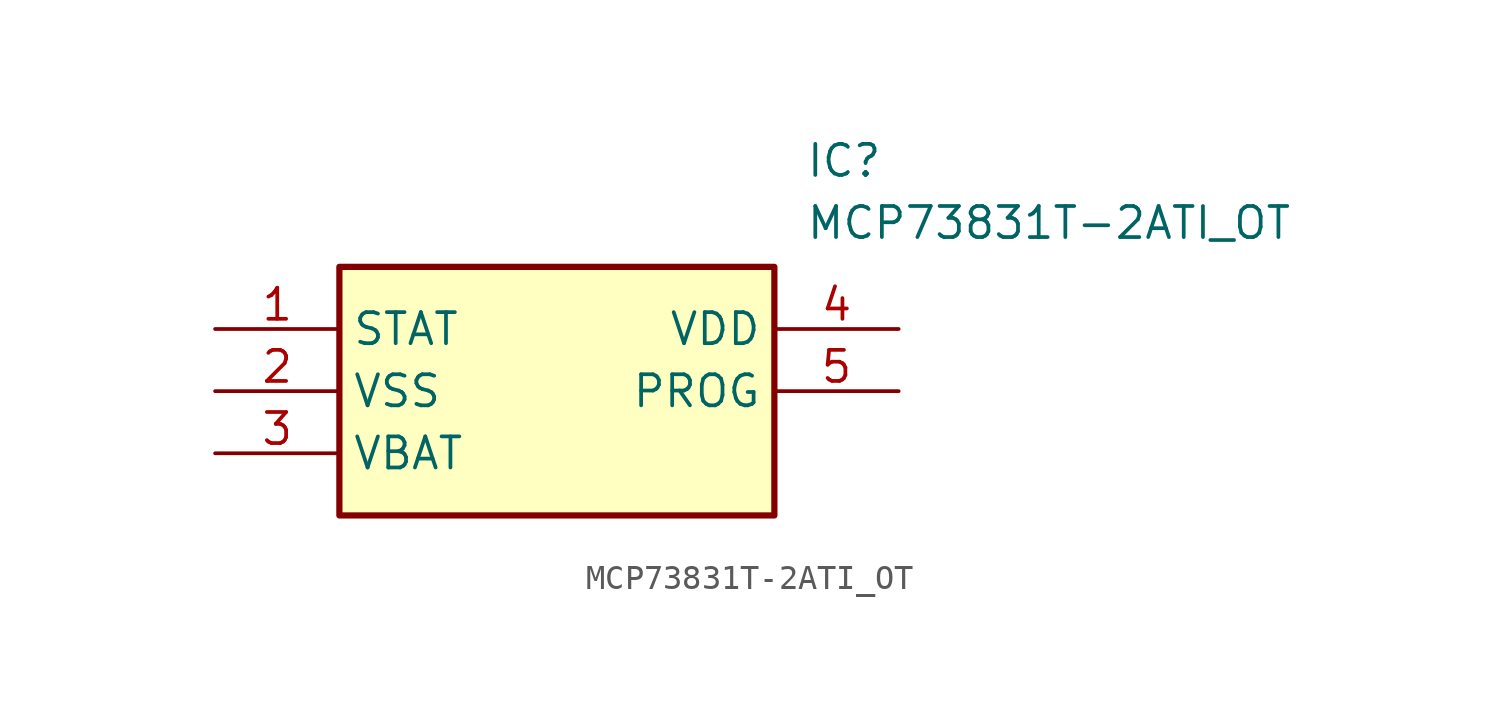
<source format=kicad_sym>
(kicad_symbol_lib
  (version 20231120)
  (generator "kicad_symbol_editor")
  (generator_version "8.0")
  (symbol "MCP73831T-2ATI_OT"
    (property "Reference" "IC"
      (at 24.13 7.62 0)
      (effects (font (size 1.27 1.27)) (justify left top)))
    (property "Value" "MCP73831T-2ATI_OT"
      (at 24.13 5.08 0)
      (effects (font (size 1.27 1.27)) (justify left top)))
    (symbol "MCP73831T-2ATI_OT_1_1"
      (rectangle (start 5.08 2.54) (end 22.86 -7.62) (stroke (width 0.254) (type default)) (fill (type background)))
      (pin passive line (at 0 0 0) (length 5.08) (name "STAT" (effects (font (size 1.27 1.27)))) (number "1" (effects (font (size 1.27 1.27)))))
      (pin passive line (at 0 -2.54 0) (length 5.08) (name "VSS" (effects (font (size 1.27 1.27)))) (number "2" (effects (font (size 1.27 1.27)))))
      (pin passive line (at 0 -5.08 0) (length 5.08) (name "VBAT" (effects (font (size 1.27 1.27)))) (number "3" (effects (font (size 1.27 1.27)))))
      (pin passive line (at 27.94 0 180) (length 5.08) (name "VDD" (effects (font (size 1.27 1.27)))) (number "4" (effects (font (size 1.27 1.27)))))
      (pin passive line (at 27.94 -2.54 180) (length 5.08) (name "PROG" (effects (font (size 1.27 1.27)))) (number "5" (effects (font (size 1.27 1.27))))))))
</source>
